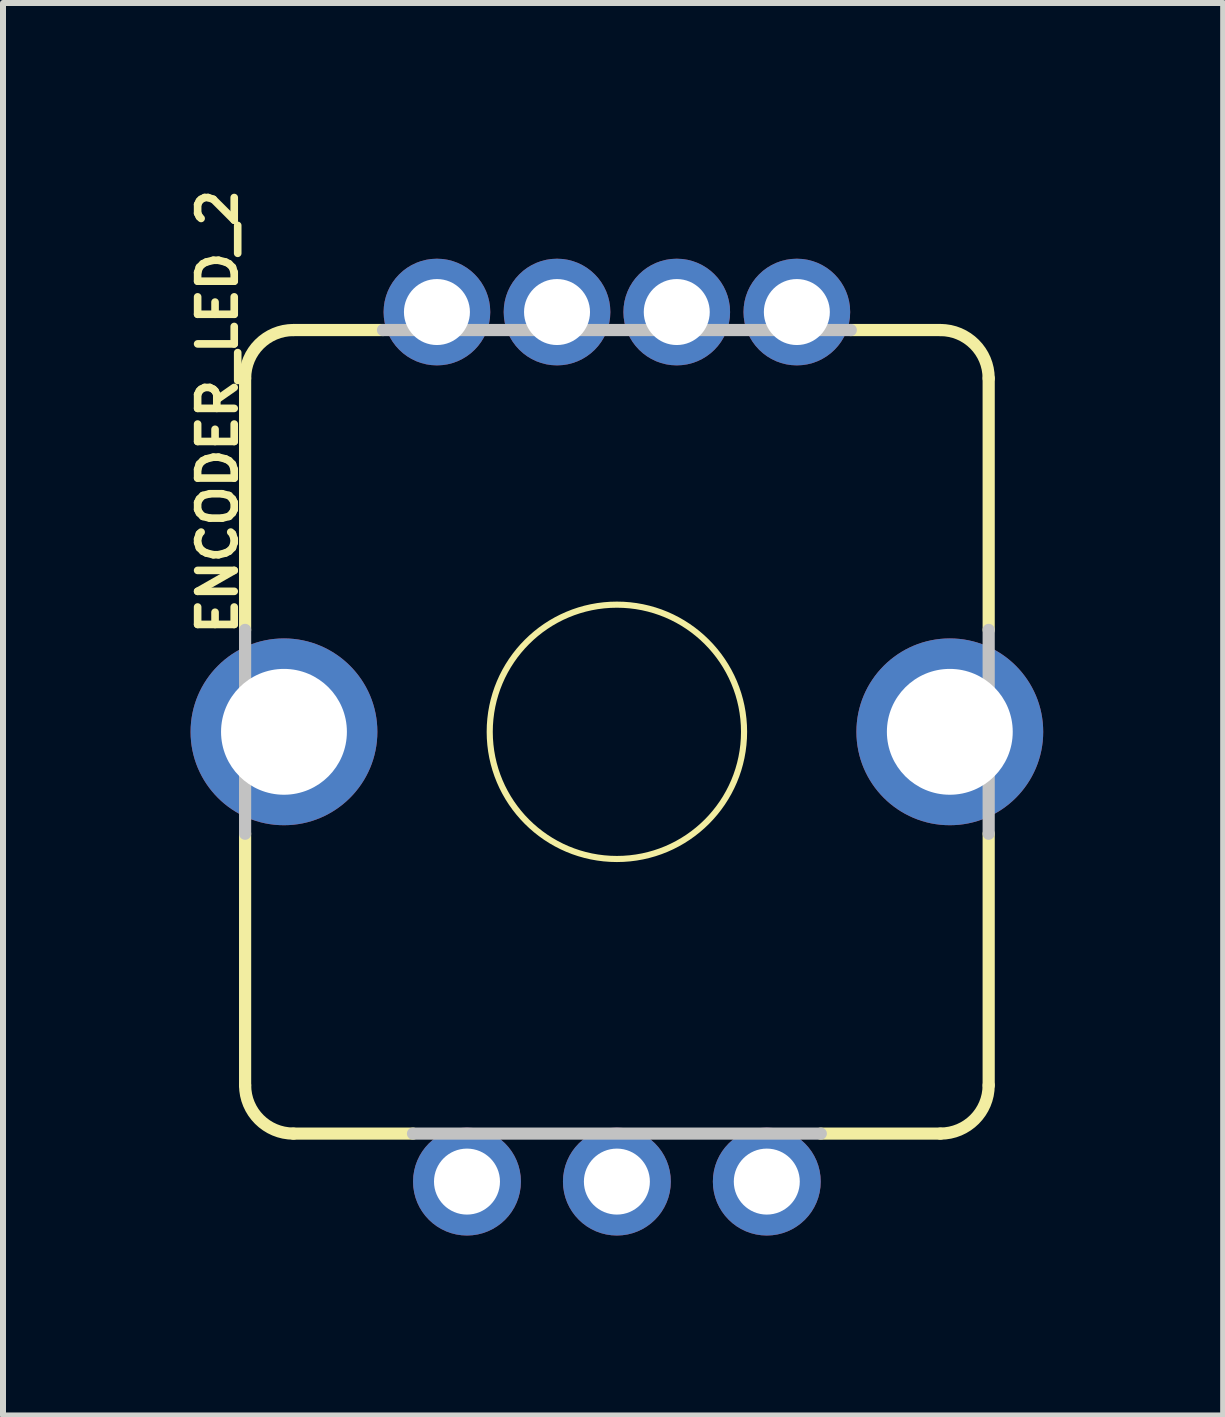
<source format=kicad_pcb>
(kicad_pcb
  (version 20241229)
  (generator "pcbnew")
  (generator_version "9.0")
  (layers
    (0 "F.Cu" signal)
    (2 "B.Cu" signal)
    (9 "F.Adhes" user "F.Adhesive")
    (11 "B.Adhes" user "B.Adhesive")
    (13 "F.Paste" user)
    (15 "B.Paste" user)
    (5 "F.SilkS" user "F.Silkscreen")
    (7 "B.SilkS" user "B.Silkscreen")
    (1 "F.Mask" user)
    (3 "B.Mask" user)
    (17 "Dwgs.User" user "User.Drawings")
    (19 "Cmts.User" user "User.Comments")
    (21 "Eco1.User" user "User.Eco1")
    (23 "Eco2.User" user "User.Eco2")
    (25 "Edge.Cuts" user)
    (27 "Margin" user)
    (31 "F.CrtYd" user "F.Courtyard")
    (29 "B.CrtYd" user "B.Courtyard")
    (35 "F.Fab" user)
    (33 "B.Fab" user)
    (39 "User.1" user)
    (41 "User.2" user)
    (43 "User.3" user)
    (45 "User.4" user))
  (footprint "ENCODER_LED_2"
    (layer "F.Cu")
    (at 7.234 9.15)
    (property "Reference" "ENCODER_LED_2" (at -6.655 -5.334 90) (layer "F.SilkS") (effects (font (size 0.61 0.61) (thickness 0.127))))
    (attr exclude_from_pos_files exclude_from_bom)
    (fp_line (start -6.198 -1.699) (end -6.198 -5.893) (stroke (width 0.203) (type solid)) (layer "F.SilkS"))
    (fp_line (start -6.198 1.699) (end -6.198 5.893) (stroke (width 0.203) (type solid)) (layer "F.SilkS"))
    (fp_line (start -5.392 -6.698) (end -3.899 -6.698) (stroke (width 0.203) (type solid)) (layer "F.SilkS"))
    (fp_line (start -5.392 6.698) (end -3.399 6.698) (stroke (width 0.203) (type solid)) (layer "F.SilkS"))
    (fp_line (start 5.392 -6.698) (end 3.899 -6.698) (stroke (width 0.203) (type solid)) (layer "F.SilkS"))
    (fp_line (start 5.392 6.698) (end 3.399 6.698) (stroke (width 0.203) (type solid)) (layer "F.SilkS"))
    (fp_line (start 6.198 -1.699) (end 6.198 -5.893) (stroke (width 0.203) (type solid)) (layer "F.SilkS"))
    (fp_line (start 6.198 1.699) (end 6.198 5.893) (stroke (width 0.203) (type solid)) (layer "F.SilkS"))
    (fp_arc (start -6.1976 -5.8928) (mid -5.961768 -6.462148) (end -5.39242 -6.69798) (stroke (width 0.2032) (type solid)) (layer "F.SilkS"))
    (fp_arc (start -5.39242 6.69798) (mid -5.961768 6.462148) (end -6.1976 5.8928) (stroke (width 0.2032) (type solid)) (layer "F.SilkS"))
    (fp_arc (start 5.39242 -6.69798) (mid 5.961768 -6.462148) (end 6.1976 -5.8928) (stroke (width 0.2032) (type solid)) (layer "F.SilkS"))
    (fp_arc (start 6.1976 5.8928) (mid 5.961768 6.462148) (end 5.39242 6.69798) (stroke (width 0.2032) (type solid)) (layer "F.SilkS"))
    (fp_circle (center 0 0) (end -1.499 1.499) (stroke (width 0.102) (type solid)) (fill no) (layer "F.SilkS"))
    (fp_line (start -6.198 1.699) (end -6.198 -1.699) (stroke (width 0.203) (type solid)) (layer "Dwgs.User"))
    (fp_line (start -3.899 -6.698) (end 3.899 -6.698) (stroke (width 0.203) (type solid)) (layer "Dwgs.User"))
    (fp_line (start 3.399 6.698) (end -3.399 6.698) (stroke (width 0.203) (type solid)) (layer "Dwgs.User"))
    (fp_line (start 6.198 -1.699) (end 6.198 1.699) (stroke (width 0.203) (type solid)) (layer "Dwgs.User"))
    (pad "+G" thru_hole circle (at 0.998 -6.998) (size 1.778 1.778) (drill 1.1) (layers "*.Cu" "*.Paste" "*.Mask"))
    (pad "+R" thru_hole circle (at -0.998 -6.998) (size 1.778 1.778) (drill 1.1) (layers "*.Cu" "*.Paste" "*.Mask"))
    (pad "A" thru_hole circle (at -2.499 7.498) (size 1.798 1.798) (drill 1.1) (layers "*.Cu" "*.Paste" "*.Mask"))
    (pad "B" thru_hole circle (at 2.499 7.498) (size 1.798 1.798) (drill 1.1) (layers "*.Cu" "*.Paste" "*.Mask"))
    (pad "C" thru_hole circle (at 0 7.498) (size 1.798 1.798) (drill 1.1) (layers "*.Cu" "*.Paste" "*.Mask"))
    (pad "GND" thru_hole circle (at 3 -6.998) (size 1.778 1.778) (drill 1.1) (layers "*.Cu" "*.Paste" "*.Mask"))
    (pad "P$1" thru_hole circle (at -5.55 0) (size 3.114 3.114) (drill 2.098) (layers "*.Cu" "*.Paste" "*.Mask"))
    (pad "P$2" thru_hole circle (at 5.55 0) (size 3.114 3.114) (drill 2.098) (layers "*.Cu" "*.Paste" "*.Mask"))
    (pad "SW" thru_hole circle (at -3 -6.998) (size 1.778 1.778) (drill 1.1) (layers "*.Cu" "*.Paste" "*.Mask")))
  (gr_rect
    (start -3 -3)
    (end 17.341 20.547)
    (stroke (width 0.1) (type default))
    (fill no)
    (layer "Edge.Cuts")))
</source>
